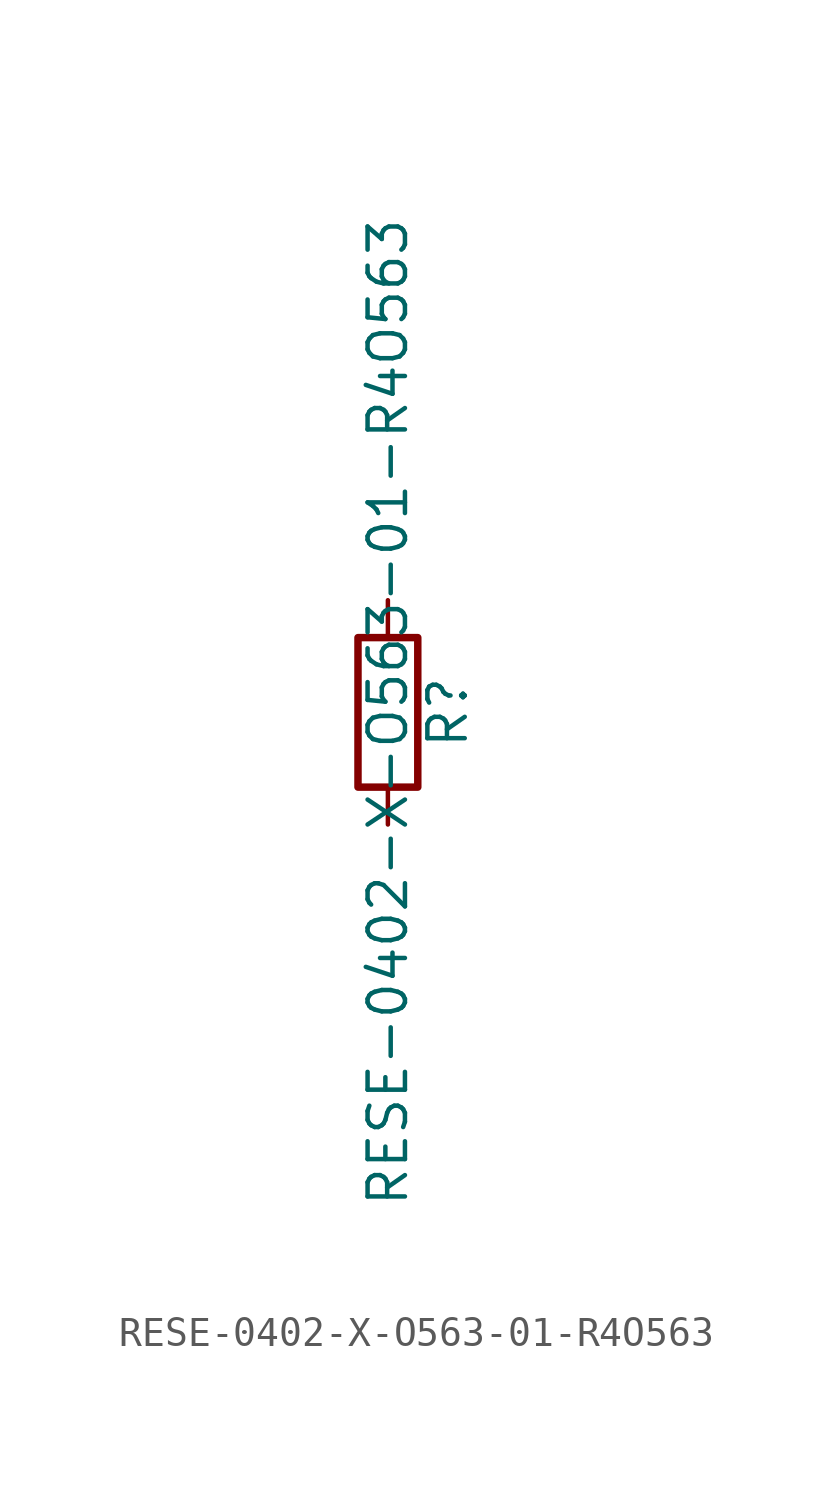
<source format=kicad_sym>
(kicad_symbol_lib
  (version 20211014)
  (generator kicad_symbol_editor)
  (symbol "RESE-0402-X-O563-01-R4O563"
    (pin_numbers hide)
    (pin_names
      (offset 0))
    (property "Reference" "R"
      (at 2.032 0 90)
      (effects (font (size 1.27 1.27))))
    (property "Value" "RESE-0402-X-O563-01-R4O563"
      (at 0 0 90)
      (effects (font (size 1.27 1.27))))
    (symbol "RESE-0402-X-O563-01-R4O563_0_1"
      (rectangle (start -1.016 -2.54) (end 1.016 2.54) (stroke (width 0.254) (type default) (color 0 0 0 0)) (fill (type none))))
    (symbol "RESE-0402-X-O563-01-R4O563_1_1"
      (pin passive line (at 0 3.81 270) (length 1.27) (name "~" (effects (font (size 1.27 1.27)))) (number "1" (effects (font (size 1.27 1.27)))))
      (pin passive line (at 0 -3.81 90) (length 1.27) (name "~" (effects (font (size 1.27 1.27)))) (number "2" (effects (font (size 1.27 1.27))))))))
</source>
